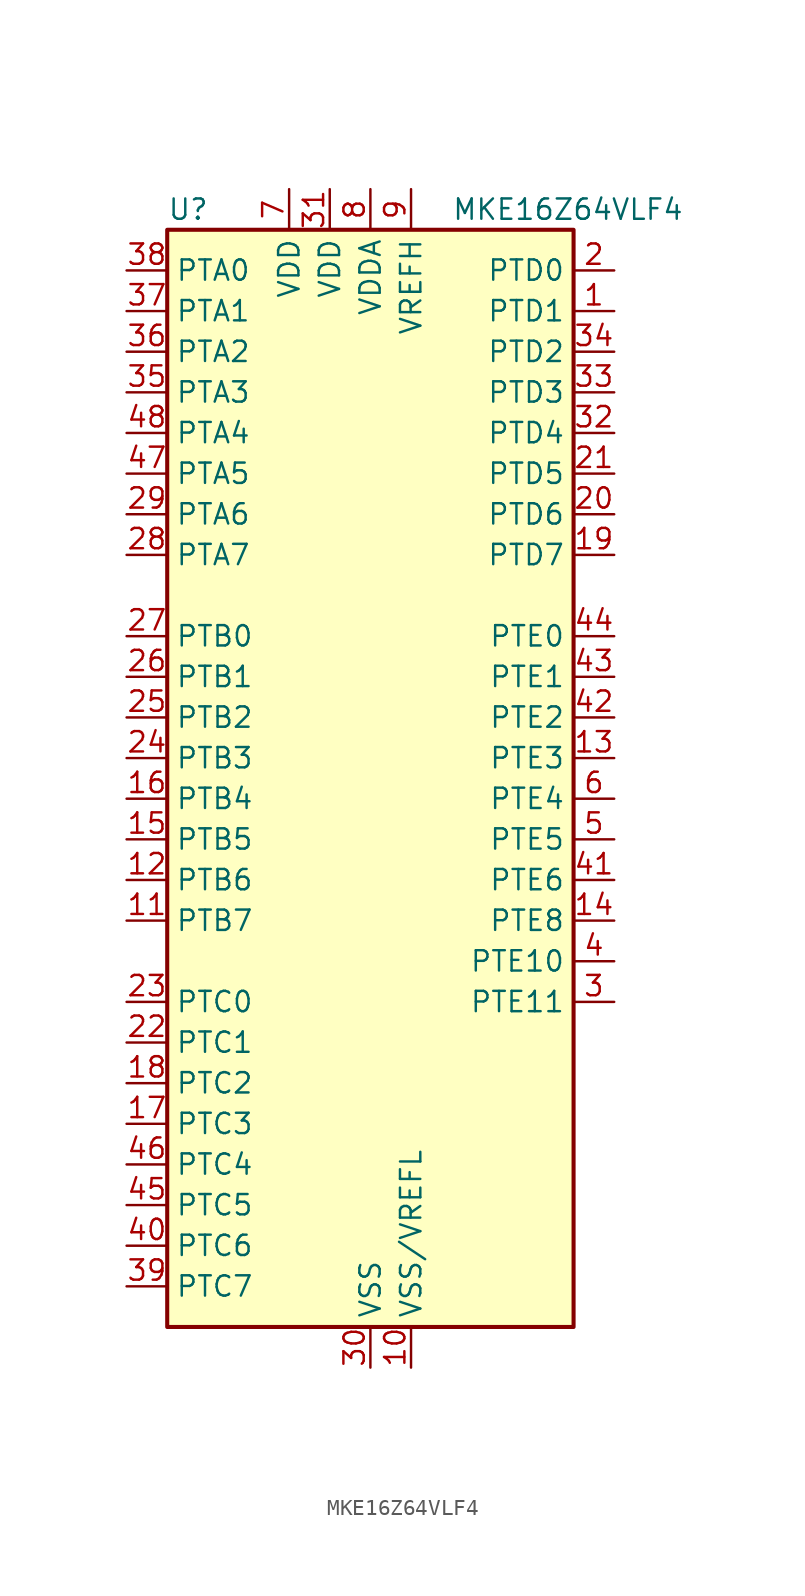
<source format=kicad_sym>
(kicad_symbol_lib
  (version 20211014)
  (generator kicad_symbol_editor)
  (symbol "MKE16Z64VLF4"
    (property "Reference" "U"
      (at -12.7 36.83 0)
      (effects (font (size 1.27 1.27)) (justify left)))
    (property "Value" "MKE16Z64VLF4"
      (at 5.08 36.83 0)
      (effects (font (size 1.27 1.27)) (justify left)))
    (symbol "MKE16Z64VLF4_0_1"
      (rectangle (start -12.7 35.56) (end 12.7 -33.02) (stroke (width 0.254) (type default) (color 0 0 0 0)) (fill (type background))))
    (symbol "MKE16Z64VLF4_1_1"
      (pin bidirectional line (at 15.24 30.48 180) (length 2.54) (name "PTD1" (effects (font (size 1.27 1.27)))) (number "1" (effects (font (size 1.27 1.27)))))
      (pin power_in line (at 2.54 -35.56 90) (length 2.54) (name "VSS/VREFL" (effects (font (size 1.27 1.27)))) (number "10" (effects (font (size 1.27 1.27)))))
      (pin bidirectional line (at -15.24 -7.62 0) (length 2.54) (name "PTB7" (effects (font (size 1.27 1.27)))) (number "11" (effects (font (size 1.27 1.27)))))
      (pin bidirectional line (at -15.24 -5.08 0) (length 2.54) (name "PTB6" (effects (font (size 1.27 1.27)))) (number "12" (effects (font (size 1.27 1.27)))))
      (pin bidirectional line (at 15.24 2.54 180) (length 2.54) (name "PTE3" (effects (font (size 1.27 1.27)))) (number "13" (effects (font (size 1.27 1.27)))))
      (pin bidirectional line (at 15.24 -7.62 180) (length 2.54) (name "PTE8" (effects (font (size 1.27 1.27)))) (number "14" (effects (font (size 1.27 1.27)))))
      (pin bidirectional line (at -15.24 -2.54 0) (length 2.54) (name "PTB5" (effects (font (size 1.27 1.27)))) (number "15" (effects (font (size 1.27 1.27)))))
      (pin bidirectional line (at -15.24 0 0) (length 2.54) (name "PTB4" (effects (font (size 1.27 1.27)))) (number "16" (effects (font (size 1.27 1.27)))))
      (pin bidirectional line (at -15.24 -20.32 0) (length 2.54) (name "PTC3" (effects (font (size 1.27 1.27)))) (number "17" (effects (font (size 1.27 1.27)))))
      (pin bidirectional line (at -15.24 -17.78 0) (length 2.54) (name "PTC2" (effects (font (size 1.27 1.27)))) (number "18" (effects (font (size 1.27 1.27)))))
      (pin bidirectional line (at 15.24 15.24 180) (length 2.54) (name "PTD7" (effects (font (size 1.27 1.27)))) (number "19" (effects (font (size 1.27 1.27)))))
      (pin bidirectional line (at 15.24 33.02 180) (length 2.54) (name "PTD0" (effects (font (size 1.27 1.27)))) (number "2" (effects (font (size 1.27 1.27)))))
      (pin bidirectional line (at 15.24 17.78 180) (length 2.54) (name "PTD6" (effects (font (size 1.27 1.27)))) (number "20" (effects (font (size 1.27 1.27)))))
      (pin bidirectional line (at 15.24 20.32 180) (length 2.54) (name "PTD5" (effects (font (size 1.27 1.27)))) (number "21" (effects (font (size 1.27 1.27)))))
      (pin bidirectional line (at -15.24 -15.24 0) (length 2.54) (name "PTC1" (effects (font (size 1.27 1.27)))) (number "22" (effects (font (size 1.27 1.27)))))
      (pin bidirectional line (at -15.24 -12.7 0) (length 2.54) (name "PTC0" (effects (font (size 1.27 1.27)))) (number "23" (effects (font (size 1.27 1.27)))))
      (pin bidirectional line (at -15.24 2.54 0) (length 2.54) (name "PTB3" (effects (font (size 1.27 1.27)))) (number "24" (effects (font (size 1.27 1.27)))))
      (pin bidirectional line (at -15.24 5.08 0) (length 2.54) (name "PTB2" (effects (font (size 1.27 1.27)))) (number "25" (effects (font (size 1.27 1.27)))))
      (pin bidirectional line (at -15.24 7.62 0) (length 2.54) (name "PTB1" (effects (font (size 1.27 1.27)))) (number "26" (effects (font (size 1.27 1.27)))))
      (pin bidirectional line (at -15.24 10.16 0) (length 2.54) (name "PTB0" (effects (font (size 1.27 1.27)))) (number "27" (effects (font (size 1.27 1.27)))))
      (pin bidirectional line (at -15.24 15.24 0) (length 2.54) (name "PTA7" (effects (font (size 1.27 1.27)))) (number "28" (effects (font (size 1.27 1.27)))))
      (pin bidirectional line (at -15.24 17.78 0) (length 2.54) (name "PTA6" (effects (font (size 1.27 1.27)))) (number "29" (effects (font (size 1.27 1.27)))))
      (pin bidirectional line (at 15.24 -12.7 180) (length 2.54) (name "PTE11" (effects (font (size 1.27 1.27)))) (number "3" (effects (font (size 1.27 1.27)))))
      (pin power_in line (at 0 -35.56 90) (length 2.54) (name "VSS" (effects (font (size 1.27 1.27)))) (number "30" (effects (font (size 1.27 1.27)))))
      (pin power_in line (at -2.54 38.1 270) (length 2.54) (name "VDD" (effects (font (size 1.27 1.27)))) (number "31" (effects (font (size 1.27 1.27)))))
      (pin bidirectional line (at 15.24 22.86 180) (length 2.54) (name "PTD4" (effects (font (size 1.27 1.27)))) (number "32" (effects (font (size 1.27 1.27)))))
      (pin bidirectional line (at 15.24 25.4 180) (length 2.54) (name "PTD3" (effects (font (size 1.27 1.27)))) (number "33" (effects (font (size 1.27 1.27)))))
      (pin bidirectional line (at 15.24 27.94 180) (length 2.54) (name "PTD2" (effects (font (size 1.27 1.27)))) (number "34" (effects (font (size 1.27 1.27)))))
      (pin bidirectional line (at -15.24 25.4 0) (length 2.54) (name "PTA3" (effects (font (size 1.27 1.27)))) (number "35" (effects (font (size 1.27 1.27)))))
      (pin bidirectional line (at -15.24 27.94 0) (length 2.54) (name "PTA2" (effects (font (size 1.27 1.27)))) (number "36" (effects (font (size 1.27 1.27)))))
      (pin bidirectional line (at -15.24 30.48 0) (length 2.54) (name "PTA1" (effects (font (size 1.27 1.27)))) (number "37" (effects (font (size 1.27 1.27)))))
      (pin bidirectional line (at -15.24 33.02 0) (length 2.54) (name "PTA0" (effects (font (size 1.27 1.27)))) (number "38" (effects (font (size 1.27 1.27)))))
      (pin bidirectional line (at -15.24 -30.48 0) (length 2.54) (name "PTC7" (effects (font (size 1.27 1.27)))) (number "39" (effects (font (size 1.27 1.27)))))
      (pin bidirectional line (at 15.24 -10.16 180) (length 2.54) (name "PTE10" (effects (font (size 1.27 1.27)))) (number "4" (effects (font (size 1.27 1.27)))))
      (pin bidirectional line (at -15.24 -27.94 0) (length 2.54) (name "PTC6" (effects (font (size 1.27 1.27)))) (number "40" (effects (font (size 1.27 1.27)))))
      (pin bidirectional line (at 15.24 -5.08 180) (length 2.54) (name "PTE6" (effects (font (size 1.27 1.27)))) (number "41" (effects (font (size 1.27 1.27)))))
      (pin bidirectional line (at 15.24 5.08 180) (length 2.54) (name "PTE2" (effects (font (size 1.27 1.27)))) (number "42" (effects (font (size 1.27 1.27)))))
      (pin bidirectional line (at 15.24 7.62 180) (length 2.54) (name "PTE1" (effects (font (size 1.27 1.27)))) (number "43" (effects (font (size 1.27 1.27)))))
      (pin bidirectional line (at 15.24 10.16 180) (length 2.54) (name "PTE0" (effects (font (size 1.27 1.27)))) (number "44" (effects (font (size 1.27 1.27)))))
      (pin bidirectional line (at -15.24 -25.4 0) (length 2.54) (name "PTC5" (effects (font (size 1.27 1.27)))) (number "45" (effects (font (size 1.27 1.27)))))
      (pin bidirectional line (at -15.24 -22.86 0) (length 2.54) (name "PTC4" (effects (font (size 1.27 1.27)))) (number "46" (effects (font (size 1.27 1.27)))))
      (pin bidirectional line (at -15.24 20.32 0) (length 2.54) (name "PTA5" (effects (font (size 1.27 1.27)))) (number "47" (effects (font (size 1.27 1.27)))))
      (pin bidirectional line (at -15.24 22.86 0) (length 2.54) (name "PTA4" (effects (font (size 1.27 1.27)))) (number "48" (effects (font (size 1.27 1.27)))))
      (pin bidirectional line (at 15.24 -2.54 180) (length 2.54) (name "PTE5" (effects (font (size 1.27 1.27)))) (number "5" (effects (font (size 1.27 1.27)))))
      (pin bidirectional line (at 15.24 0 180) (length 2.54) (name "PTE4" (effects (font (size 1.27 1.27)))) (number "6" (effects (font (size 1.27 1.27)))))
      (pin power_in line (at -5.08 38.1 270) (length 2.54) (name "VDD" (effects (font (size 1.27 1.27)))) (number "7" (effects (font (size 1.27 1.27)))))
      (pin power_in line (at 0 38.1 270) (length 2.54) (name "VDDA" (effects (font (size 1.27 1.27)))) (number "8" (effects (font (size 1.27 1.27)))))
      (pin power_in line (at 2.54 38.1 270) (length 2.54) (name "VREFH" (effects (font (size 1.27 1.27)))) (number "9" (effects (font (size 1.27 1.27))))))))
</source>
